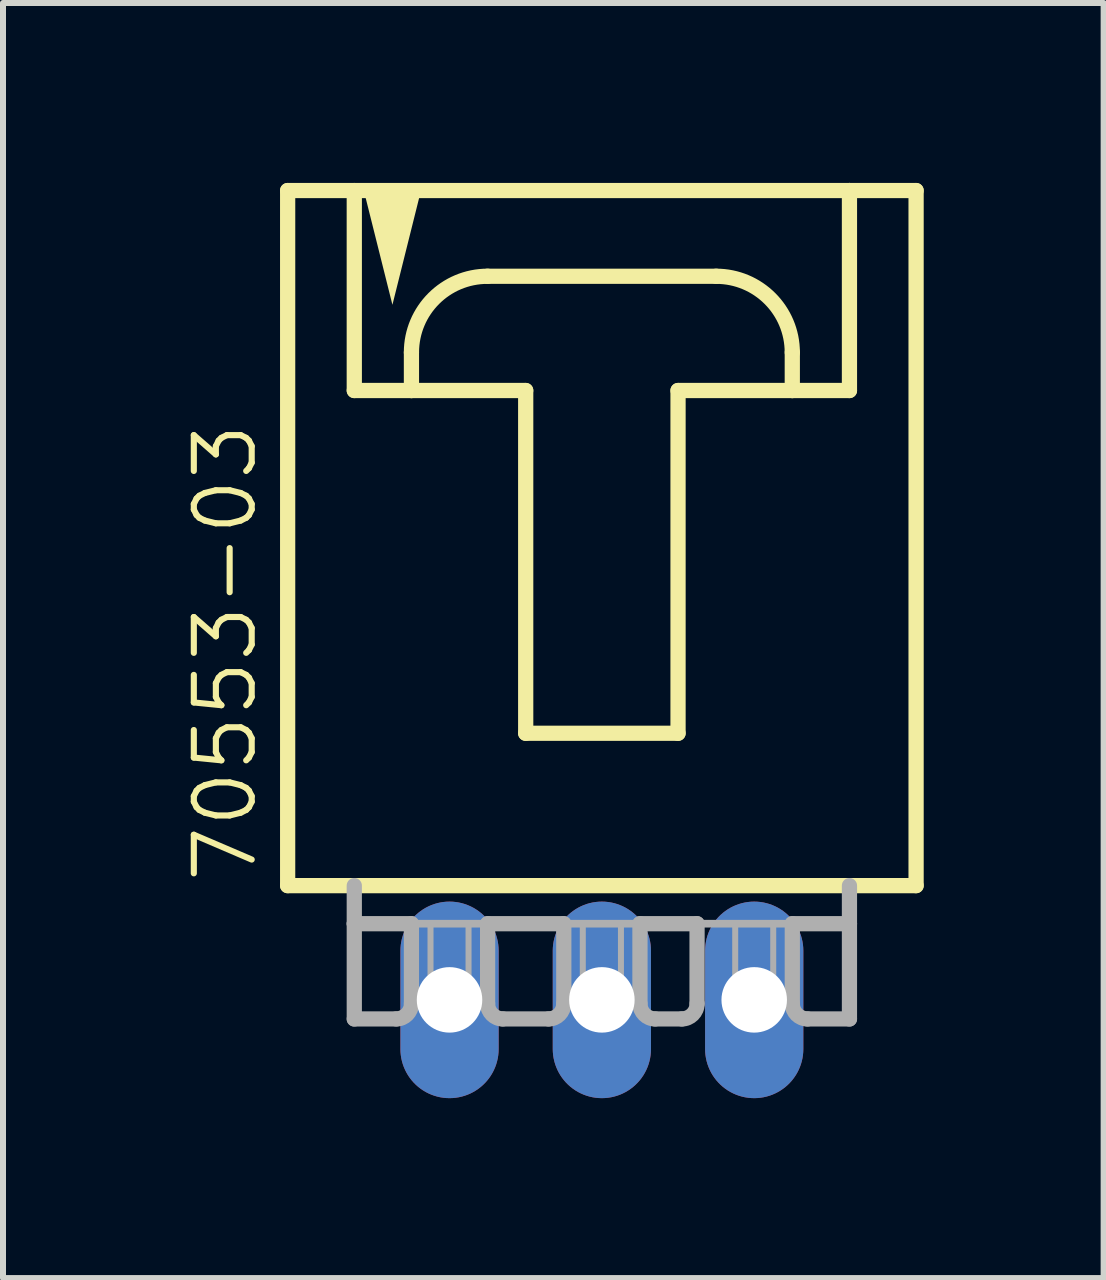
<source format=kicad_pcb>
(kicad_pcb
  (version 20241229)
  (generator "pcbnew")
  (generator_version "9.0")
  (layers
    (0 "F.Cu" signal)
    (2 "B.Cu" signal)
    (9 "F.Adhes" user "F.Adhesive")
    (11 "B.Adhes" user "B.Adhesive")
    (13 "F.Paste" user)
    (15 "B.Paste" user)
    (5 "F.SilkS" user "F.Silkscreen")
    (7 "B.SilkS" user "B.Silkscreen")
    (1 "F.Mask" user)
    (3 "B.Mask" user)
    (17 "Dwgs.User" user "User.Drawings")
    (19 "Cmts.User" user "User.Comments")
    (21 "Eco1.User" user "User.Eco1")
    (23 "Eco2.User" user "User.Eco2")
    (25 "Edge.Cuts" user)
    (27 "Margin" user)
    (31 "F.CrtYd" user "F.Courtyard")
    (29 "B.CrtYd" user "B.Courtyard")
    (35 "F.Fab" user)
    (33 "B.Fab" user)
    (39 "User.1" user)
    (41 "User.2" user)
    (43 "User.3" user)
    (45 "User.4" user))
  (footprint "70553-03"
    (layer "F.Cu")
    (at 6.985 6.001)
    (property "Reference" "70553-03" (at -5.715 5.715 90) (layer "F.SilkS") (effects (font (size 0.965 0.965) (thickness 0.102)) (justify left bottom)))
    (attr through_hole)
    (fp_line (start -5.239 5.715) (end 5.239 5.715) (stroke (width 0.254) (type solid)) (layer "F.SilkS"))
    (fp_line (start -5.239 -5.874) (end -5.239 5.715) (stroke (width 0.254) (type solid)) (layer "F.SilkS"))
    (fp_line (start -4.128 -5.874) (end -4.128 -2.54) (stroke (width 0.254) (type solid)) (layer "F.SilkS"))
    (fp_line (start -4.128 -2.54) (end -3.175 -2.54) (stroke (width 0.254) (type solid)) (layer "F.SilkS"))
    (fp_line (start -3.175 -2.54) (end -3.175 -3.175) (stroke (width 0.254) (type solid)) (layer "F.SilkS"))
    (fp_line (start -3.175 -2.54) (end -1.27 -2.54) (stroke (width 0.254) (type solid)) (layer "F.SilkS"))
    (fp_line (start -1.905 -4.445) (end 1.905 -4.445) (stroke (width 0.254) (type solid)) (layer "F.SilkS"))
    (fp_line (start -1.27 -2.54) (end -1.27 3.175) (stroke (width 0.254) (type solid)) (layer "F.SilkS"))
    (fp_line (start -1.27 3.175) (end 1.27 3.175) (stroke (width 0.254) (type solid)) (layer "F.SilkS"))
    (fp_line (start 1.27 -2.54) (end 3.175 -2.54) (stroke (width 0.254) (type solid)) (layer "F.SilkS"))
    (fp_line (start 1.27 3.175) (end 1.27 -2.54) (stroke (width 0.254) (type solid)) (layer "F.SilkS"))
    (fp_line (start 3.175 -3.175) (end 3.175 -2.54) (stroke (width 0.254) (type solid)) (layer "F.SilkS"))
    (fp_line (start 3.175 -2.54) (end 4.128 -2.54) (stroke (width 0.254) (type solid)) (layer "F.SilkS"))
    (fp_line (start 4.128 -5.874) (end -5.239 -5.874) (stroke (width 0.254) (type solid)) (layer "F.SilkS"))
    (fp_line (start 4.128 -2.54) (end 4.128 -5.874) (stroke (width 0.254) (type solid)) (layer "F.SilkS"))
    (fp_line (start 5.239 -5.874) (end 4.128 -5.874) (stroke (width 0.254) (type solid)) (layer "F.SilkS"))
    (fp_line (start 5.239 5.715) (end 5.239 -5.874) (stroke (width 0.254) (type solid)) (layer "F.SilkS"))
    (fp_arc (start -3.175 -3.175) (mid -2.803026 -4.073026) (end -1.905 -4.445) (stroke (width 0.254) (type solid)) (layer "F.SilkS"))
    (fp_arc (start 1.905 -4.445) (mid 2.803026 -4.073026) (end 3.175 -3.175) (stroke (width 0.254) (type solid)) (layer "F.SilkS"))
    (fp_poly (pts (xy -3.969 -5.874) (xy -3.492 -3.969) (xy -3.016 -5.874)) (stroke (width 0) (type solid)) (fill yes) (layer "F.SilkS"))
    (fp_line (start -4.128 5.715) (end -4.128 6.35) (stroke (width 0.254) (type solid)) (layer "F.Fab"))
    (fp_line (start -4.128 6.35) (end -4.128 7.938) (stroke (width 0.254) (type solid)) (layer "F.Fab"))
    (fp_line (start -4.128 6.35) (end -3.175 6.35) (stroke (width 0.254) (type solid)) (layer "F.Fab"))
    (fp_line (start -3.429 7.938) (end -4.128 7.938) (stroke (width 0.254) (type solid)) (layer "F.Fab"))
    (fp_line (start -3.175 6.35) (end -3.175 7.684) (stroke (width 0.254) (type solid)) (layer "F.Fab"))
    (fp_line (start -3.175 6.35) (end -1.905 6.35) (stroke (width 0.127) (type solid)) (layer "F.Fab"))
    (fp_line (start -1.905 6.35) (end -1.905 7.684) (stroke (width 0.254) (type solid)) (layer "F.Fab"))
    (fp_line (start -1.905 6.35) (end -0.635 6.35) (stroke (width 0.254) (type solid)) (layer "F.Fab"))
    (fp_line (start -0.889 7.938) (end -1.651 7.938) (stroke (width 0.254) (type solid)) (layer "F.Fab"))
    (fp_line (start -0.635 6.35) (end -0.635 7.684) (stroke (width 0.254) (type solid)) (layer "F.Fab"))
    (fp_line (start -0.635 6.35) (end 0.635 6.35) (stroke (width 0.127) (type solid)) (layer "F.Fab"))
    (fp_line (start 0.635 6.35) (end 0.635 7.684) (stroke (width 0.254) (type solid)) (layer "F.Fab"))
    (fp_line (start 0.635 6.35) (end 1.587 6.35) (stroke (width 0.254) (type solid)) (layer "F.Fab"))
    (fp_line (start 0.889 7.938) (end 1.333 7.938) (stroke (width 0.254) (type solid)) (layer "F.Fab"))
    (fp_line (start 1.587 6.35) (end 3.175 6.35) (stroke (width 0.127) (type solid)) (layer "F.Fab"))
    (fp_line (start 1.587 7.684) (end 1.587 6.35) (stroke (width 0.254) (type solid)) (layer "F.Fab"))
    (fp_line (start 3.175 6.35) (end 3.175 7.684) (stroke (width 0.254) (type solid)) (layer "F.Fab"))
    (fp_line (start 3.175 6.35) (end 4.128 6.35) (stroke (width 0.254) (type solid)) (layer "F.Fab"))
    (fp_line (start 3.429 7.938) (end 4.128 7.938) (stroke (width 0.254) (type solid)) (layer "F.Fab"))
    (fp_line (start 4.128 6.35) (end 4.128 5.715) (stroke (width 0.254) (type solid)) (layer "F.Fab"))
    (fp_line (start 4.128 7.938) (end 4.128 6.35) (stroke (width 0.254) (type solid)) (layer "F.Fab"))
    (fp_arc (start -3.175 7.6835) (mid -3.249395 7.863105) (end -3.429 7.9375) (stroke (width 0.254) (type solid)) (layer "F.Fab"))
    (fp_arc (start -1.651 7.9375) (mid -1.830605 7.863105) (end -1.905 7.6835) (stroke (width 0.254) (type solid)) (layer "F.Fab"))
    (fp_arc (start -0.635 7.6835) (mid -0.709395 7.863105) (end -0.889 7.9375) (stroke (width 0.254) (type solid)) (layer "F.Fab"))
    (fp_arc (start 0.889 7.9375) (mid 0.709395 7.863105) (end 0.635 7.6835) (stroke (width 0.254) (type solid)) (layer "F.Fab"))
    (fp_arc (start 1.5875 7.6835) (mid 1.513105 7.863105) (end 1.3335 7.9375) (stroke (width 0.254) (type solid)) (layer "F.Fab"))
    (fp_arc (start 3.429 7.9375) (mid 3.249395 7.863105) (end 3.175 7.6835) (stroke (width 0.254) (type solid)) (layer "F.Fab"))
    (fp_poly (pts (xy -2.857 7.62) (xy -2.223 7.62) (xy -2.223 6.35) (xy -2.857 6.35)) (stroke (width 0.1) (type solid)) (fill no) (layer "F.Fab"))
    (fp_poly (pts (xy -0.318 7.62) (xy 0.318 7.62) (xy 0.318 6.35) (xy -0.318 6.35)) (stroke (width 0.1) (type solid)) (fill no) (layer "F.Fab"))
    (fp_poly (pts (xy 2.223 7.62) (xy 2.857 7.62) (xy 2.857 6.35) (xy 2.223 6.35)) (stroke (width 0.1) (type solid)) (fill no) (layer "F.Fab"))
    (pad "1" thru_hole oval (at -2.54 7.62 90) (size 3.277 1.638) (drill 1.092) (layers "*.Cu" "*.Mask"))
    (pad "2" thru_hole oval (at 0 7.62 90) (size 3.277 1.638) (drill 1.092) (layers "*.Cu" "*.Mask"))
    (pad "3" thru_hole oval (at 2.54 7.62 90) (size 3.277 1.638) (drill 1.092) (layers "*.Cu" "*.Mask")))
  (gr_rect
    (start -3 -3)
    (end 15.351 18.259)
    (stroke (width 0.1) (type default))
    (fill no)
    (layer "Edge.Cuts")))
</source>
